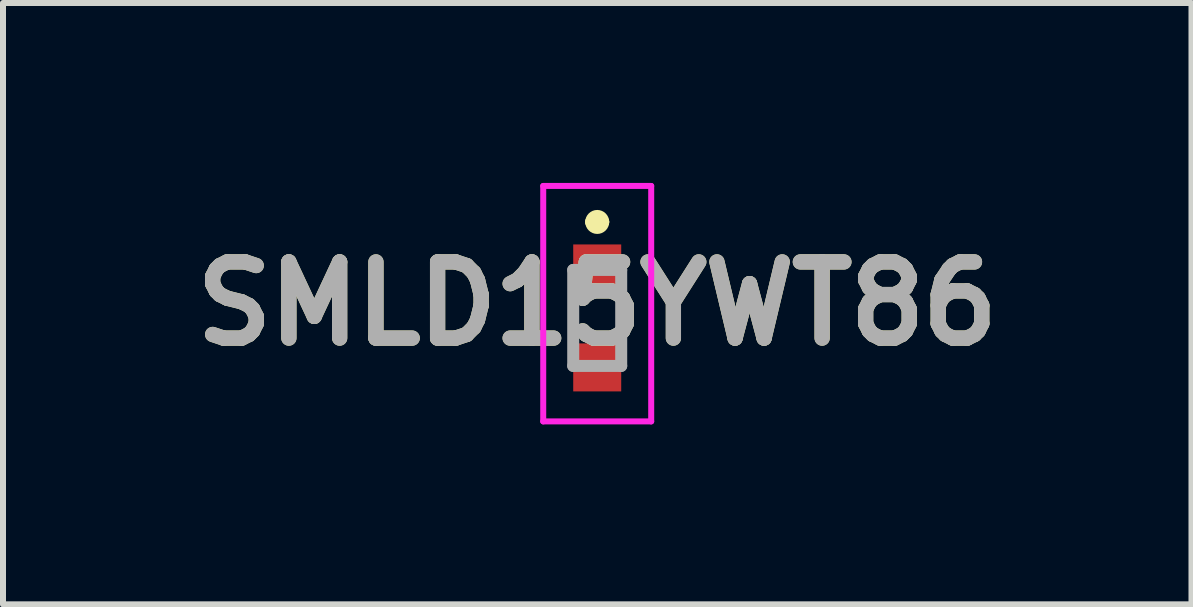
<source format=kicad_pcb>
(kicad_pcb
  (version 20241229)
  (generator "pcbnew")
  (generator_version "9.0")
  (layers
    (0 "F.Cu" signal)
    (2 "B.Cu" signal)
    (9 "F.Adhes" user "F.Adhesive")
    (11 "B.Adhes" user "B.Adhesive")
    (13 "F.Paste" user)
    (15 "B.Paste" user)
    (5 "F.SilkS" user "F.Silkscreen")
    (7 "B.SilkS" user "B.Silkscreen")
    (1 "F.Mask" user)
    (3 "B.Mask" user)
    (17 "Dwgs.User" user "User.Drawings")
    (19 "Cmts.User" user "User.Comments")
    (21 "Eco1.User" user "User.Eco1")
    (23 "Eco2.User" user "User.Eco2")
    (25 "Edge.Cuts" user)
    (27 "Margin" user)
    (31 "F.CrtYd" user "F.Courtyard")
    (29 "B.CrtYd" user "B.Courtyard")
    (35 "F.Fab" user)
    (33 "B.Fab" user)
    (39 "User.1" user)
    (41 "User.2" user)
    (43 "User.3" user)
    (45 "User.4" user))
  (footprint "SMLD15YWT86"
    (layer "F.Cu")
    (at 6.906 2.25)
    (property "Reference" "SMLD15YWT86" (at 0 -0.238 0) (layer "F.SilkS") (effects (font (size 1.27 1.27) (thickness 0.254))))
    (attr smd)
    (fp_line (start -0.4 -0.3) (end -0.4 0.3) (stroke (width 0.1) (type solid)) (layer "F.SilkS"))
    (fp_line (start -0.1 -1.6) (end -0.1 -1.6) (stroke (width 0.2) (type solid)) (layer "F.SilkS"))
    (fp_line (start 0.1 -1.6) (end 0.1 -1.6) (stroke (width 0.2) (type solid)) (layer "F.SilkS"))
    (fp_line (start 0.4 -0.3) (end 0.4 0.3) (stroke (width 0.1) (type solid)) (layer "F.SilkS"))
    (fp_arc (start -0.1 -1.6) (mid 0 -1.7) (end 0.1 -1.6) (stroke (width 0.2) (type solid)) (layer "F.SilkS"))
    (fp_arc (start 0.1 -1.6) (mid 0 -1.5) (end -0.1 -1.6) (stroke (width 0.2) (type solid)) (layer "F.SilkS"))
    (fp_line (start -0.9 -2.2) (end 0.9 -2.2) (stroke (width 0.1) (type solid)) (layer "F.CrtYd"))
    (fp_line (start -0.9 1.725) (end -0.9 -2.2) (stroke (width 0.1) (type solid)) (layer "F.CrtYd"))
    (fp_line (start 0.9 -2.2) (end 0.9 1.725) (stroke (width 0.1) (type solid)) (layer "F.CrtYd"))
    (fp_line (start 0.9 1.725) (end -0.9 1.725) (stroke (width 0.1) (type solid)) (layer "F.CrtYd"))
    (fp_line (start -0.4 -0.8) (end 0.4 -0.8) (stroke (width 0.2) (type solid)) (layer "F.Fab"))
    (fp_line (start -0.4 0.8) (end -0.4 -0.8) (stroke (width 0.2) (type solid)) (layer "F.Fab"))
    (fp_line (start 0.4 -0.8) (end 0.4 0.8) (stroke (width 0.2) (type solid)) (layer "F.Fab"))
    (fp_line (start 0.4 0.8) (end -0.4 0.8) (stroke (width 0.2) (type solid)) (layer "F.Fab"))
    (fp_text user "${REFERENCE}" (at 0 -0.238 0) (layer "F.Fab") (effects (font (size 1.27 1.27) (thickness 0.254))))
    (pad "1" smd rect (at 0 -0.825 90) (size 0.8 0.8) (layers "F.Cu" "F.Mask" "F.Paste"))
    (pad "2" smd rect (at 0 0.825 90) (size 0.8 0.8) (layers "F.Cu" "F.Mask" "F.Paste")))
  (gr_rect
    (start -3 -3)
    (end 16.813 7.025)
    (stroke (width 0.1) (type default))
    (fill no)
    (layer "Edge.Cuts")))
</source>
